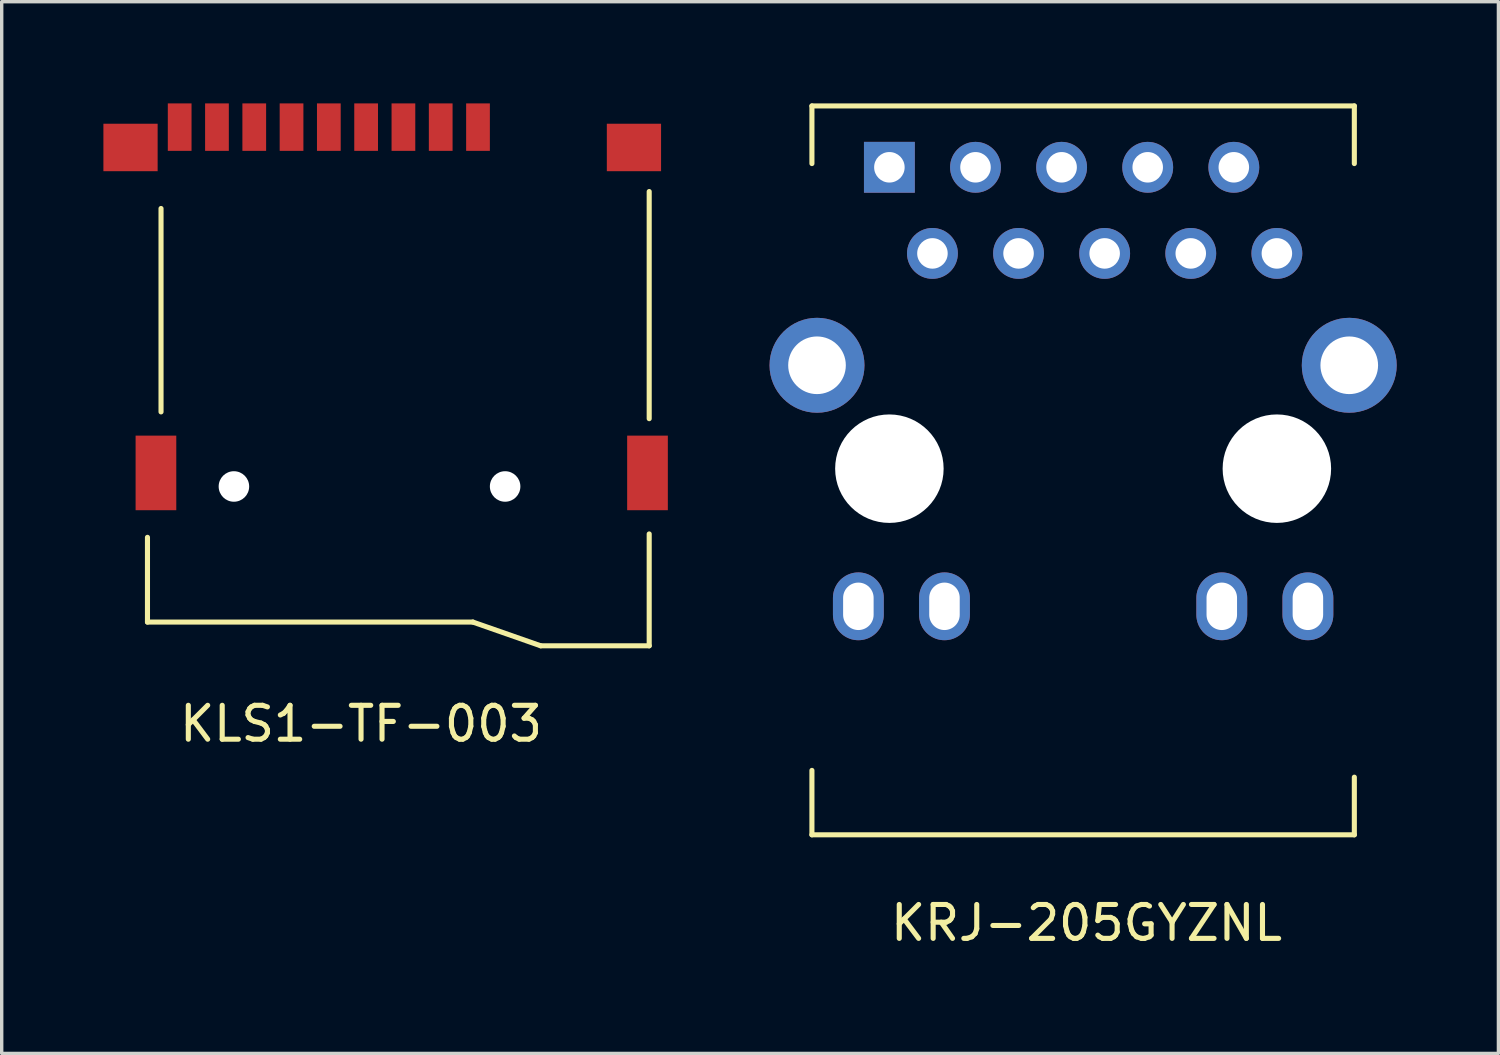
<source format=kicad_pcb>
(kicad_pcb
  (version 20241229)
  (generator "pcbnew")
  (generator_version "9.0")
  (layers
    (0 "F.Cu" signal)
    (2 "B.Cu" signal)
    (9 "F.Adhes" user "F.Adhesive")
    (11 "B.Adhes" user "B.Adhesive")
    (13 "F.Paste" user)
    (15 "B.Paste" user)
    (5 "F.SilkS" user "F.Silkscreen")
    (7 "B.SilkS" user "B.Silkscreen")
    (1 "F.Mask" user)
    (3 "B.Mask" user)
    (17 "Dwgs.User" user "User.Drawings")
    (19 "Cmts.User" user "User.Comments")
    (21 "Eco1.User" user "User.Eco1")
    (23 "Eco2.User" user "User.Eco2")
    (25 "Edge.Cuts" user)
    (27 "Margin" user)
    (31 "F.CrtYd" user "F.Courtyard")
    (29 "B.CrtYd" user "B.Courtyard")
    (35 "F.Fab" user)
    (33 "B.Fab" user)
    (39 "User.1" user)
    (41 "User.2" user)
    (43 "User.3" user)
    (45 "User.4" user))
  (footprint "KLS1-TF-003"
    (layer "F.Cu")
    (at 8.8 11.3)
    (property "Reference" "KLS1-TF-003" (at -1.2 7 0) (layer "F.SilkS") (effects (font (size 1 1) (thickness 0.15))))
    (attr through_hole)
    (fp_line (start -7.5 4) (end -7.5 1.5) (stroke (width 0.15) (type solid)) (layer "F.SilkS"))
    (fp_line (start -7.1 -2.2) (end -7.1 -8.2) (stroke (width 0.15) (type solid)) (layer "F.SilkS"))
    (fp_line (start 2.1 4) (end -7.5 4) (stroke (width 0.15) (type solid)) (layer "F.SilkS"))
    (fp_line (start 4.1 4.7) (end 2.1 4) (stroke (width 0.15) (type solid)) (layer "F.SilkS"))
    (fp_line (start 4.1 4.7) (end 7.3 4.7) (stroke (width 0.15) (type solid)) (layer "F.SilkS"))
    (fp_line (start 7.3 -2) (end 7.3 -8.7) (stroke (width 0.15) (type solid)) (layer "F.SilkS"))
    (fp_line (start 7.3 4.7) (end 7.3 1.4) (stroke (width 0.15) (type solid)) (layer "F.SilkS"))
    (pad "" np_thru_hole circle (at -4.95 0) (size 0.9 0.9) (drill 0.9) (layers "*.Cu" "*.Mask"))
    (pad "" np_thru_hole circle (at 3.05 0) (size 0.9 0.9) (drill 0.9) (layers "*.Cu" "*.Mask"))
    (pad "1" smd rect (at 2.25 -10.6) (size 0.7 1.4) (layers "F.Cu" "F.Mask" "F.Paste"))
    (pad "2" smd rect (at 1.15 -10.6) (size 0.7 1.4) (layers "F.Cu" "F.Mask" "F.Paste"))
    (pad "3" smd rect (at 0.05 -10.6) (size 0.7 1.4) (layers "F.Cu" "F.Mask" "F.Paste"))
    (pad "4" smd rect (at -1.05 -10.6) (size 0.7 1.4) (layers "F.Cu" "F.Mask" "F.Paste"))
    (pad "5" smd rect (at -2.15 -10.6) (size 0.7 1.4) (layers "F.Cu" "F.Mask" "F.Paste"))
    (pad "6" smd rect (at -3.25 -10.6) (size 0.7 1.4) (layers "F.Cu" "F.Mask" "F.Paste"))
    (pad "7" smd rect (at -4.35 -10.6) (size 0.7 1.4) (layers "F.Cu" "F.Mask" "F.Paste"))
    (pad "8" smd rect (at -5.45 -10.6) (size 0.7 1.4) (layers "F.Cu" "F.Mask" "F.Paste"))
    (pad "9" smd rect (at -6.55 -10.6) (size 0.7 1.4) (layers "F.Cu" "F.Mask" "F.Paste"))
    (pad "10" smd rect (at -8 -10) (size 1.6 1.4) (layers "F.Cu" "F.Mask" "F.Paste"))
    (pad "11" smd rect (at -7.25 -0.4) (size 1.2 2.2) (layers "F.Cu" "F.Mask" "F.Paste"))
    (pad "12" smd rect (at 7.25 -0.4) (size 1.2 2.2) (layers "F.Cu" "F.Mask" "F.Paste"))
    (pad "13" smd rect (at 6.85 -10) (size 1.6 1.4) (layers "F.Cu" "F.Mask" "F.Paste")))
  (footprint "KRJ-205GYZNL"
    (layer "F.Cu")
    (at 28.9 10.775)
    (property "Reference" "KRJ-205GYZNL" (at 0.1 13.4 0) (layer "F.SilkS") (effects (font (size 1 1) (thickness 0.15))))
    (attr through_hole)
    (fp_line (start -8 -10.7) (end 8 -10.7) (stroke (width 0.15) (type solid)) (layer "F.SilkS"))
    (fp_line (start -8 -9) (end -8 -10.7) (stroke (width 0.15) (type solid)) (layer "F.SilkS"))
    (fp_line (start -8 10.8) (end -8 8.9) (stroke (width 0.15) (type solid)) (layer "F.SilkS"))
    (fp_line (start 8 -10.7) (end 8 -9) (stroke (width 0.15) (type solid)) (layer "F.SilkS"))
    (fp_line (start 8 10.8) (end -8 10.8) (stroke (width 0.15) (type solid)) (layer "F.SilkS"))
    (fp_line (start 8 10.8) (end 8 9.1) (stroke (width 0.15) (type solid)) (layer "F.SilkS"))
    (pad "" np_thru_hole circle (at -7.85 -3.05) (size 2.8 2.8) (drill 1.7) (layers "*.Cu" "*.Mask"))
    (pad "" np_thru_hole circle (at -5.715 0) (size 3.2 3.2) (drill 3.2) (layers "*.Cu" "*.Mask"))
    (pad "" np_thru_hole circle (at 5.715 0) (size 3.2 3.2) (drill 3.2) (layers "*.Cu" "*.Mask"))
    (pad "" np_thru_hole circle (at 7.85 -3.05) (size 2.8 2.8) (drill 1.7) (layers "*.Cu" "*.Mask"))
    (pad "1" thru_hole rect (at -5.715 -8.89) (size 1.5 1.5) (drill 0.9) (layers "*.Cu" "*.Mask"))
    (pad "2" thru_hole circle (at -4.445 -6.35) (size 1.5 1.5) (drill 0.9) (layers "*.Cu" "*.Mask"))
    (pad "3" thru_hole circle (at -3.175 -8.89) (size 1.5 1.5) (drill 0.9) (layers "*.Cu" "*.Mask"))
    (pad "4" thru_hole circle (at -1.905 -6.35) (size 1.5 1.5) (drill 0.9) (layers "*.Cu" "*.Mask"))
    (pad "5" thru_hole circle (at -0.635 -8.89) (size 1.5 1.5) (drill 0.9) (layers "*.Cu" "*.Mask"))
    (pad "6" thru_hole circle (at 0.635 -6.35) (size 1.5 1.5) (drill 0.9) (layers "*.Cu" "*.Mask"))
    (pad "7" thru_hole circle (at 1.905 -8.89) (size 1.5 1.5) (drill 0.9) (layers "*.Cu" "*.Mask"))
    (pad "8" thru_hole circle (at 3.175 -6.35) (size 1.5 1.5) (drill 0.9) (layers "*.Cu" "*.Mask"))
    (pad "9" thru_hole circle (at 4.445 -8.89) (size 1.5 1.5) (drill 0.9) (layers "*.Cu" "*.Mask"))
    (pad "10" thru_hole circle (at 5.715 -6.35) (size 1.5 1.5) (drill 0.9) (layers "*.Cu" "*.Mask"))
    (pad "11" thru_hole oval (at -6.63 4.06) (size 1.5 2) (drill oval 0.9 1.4) (layers "*.Cu" "*.Mask"))
    (pad "12" thru_hole oval (at -4.09 4.06) (size 1.5 2) (drill oval 0.9 1.4) (layers "*.Cu" "*.Mask"))
    (pad "13" thru_hole oval (at 4.09 4.06) (size 1.5 2) (drill oval 0.9 1.4) (layers "*.Cu" "*.Mask"))
    (pad "14" thru_hole oval (at 6.63 4.06) (size 1.5 2) (drill oval 0.9 1.4) (layers "*.Cu" "*.Mask")))
  (gr_rect
    (start -3 -3)
    (end 41.15 28.023)
    (stroke (width 0.1) (type default))
    (fill no)
    (layer "Edge.Cuts")))
</source>
